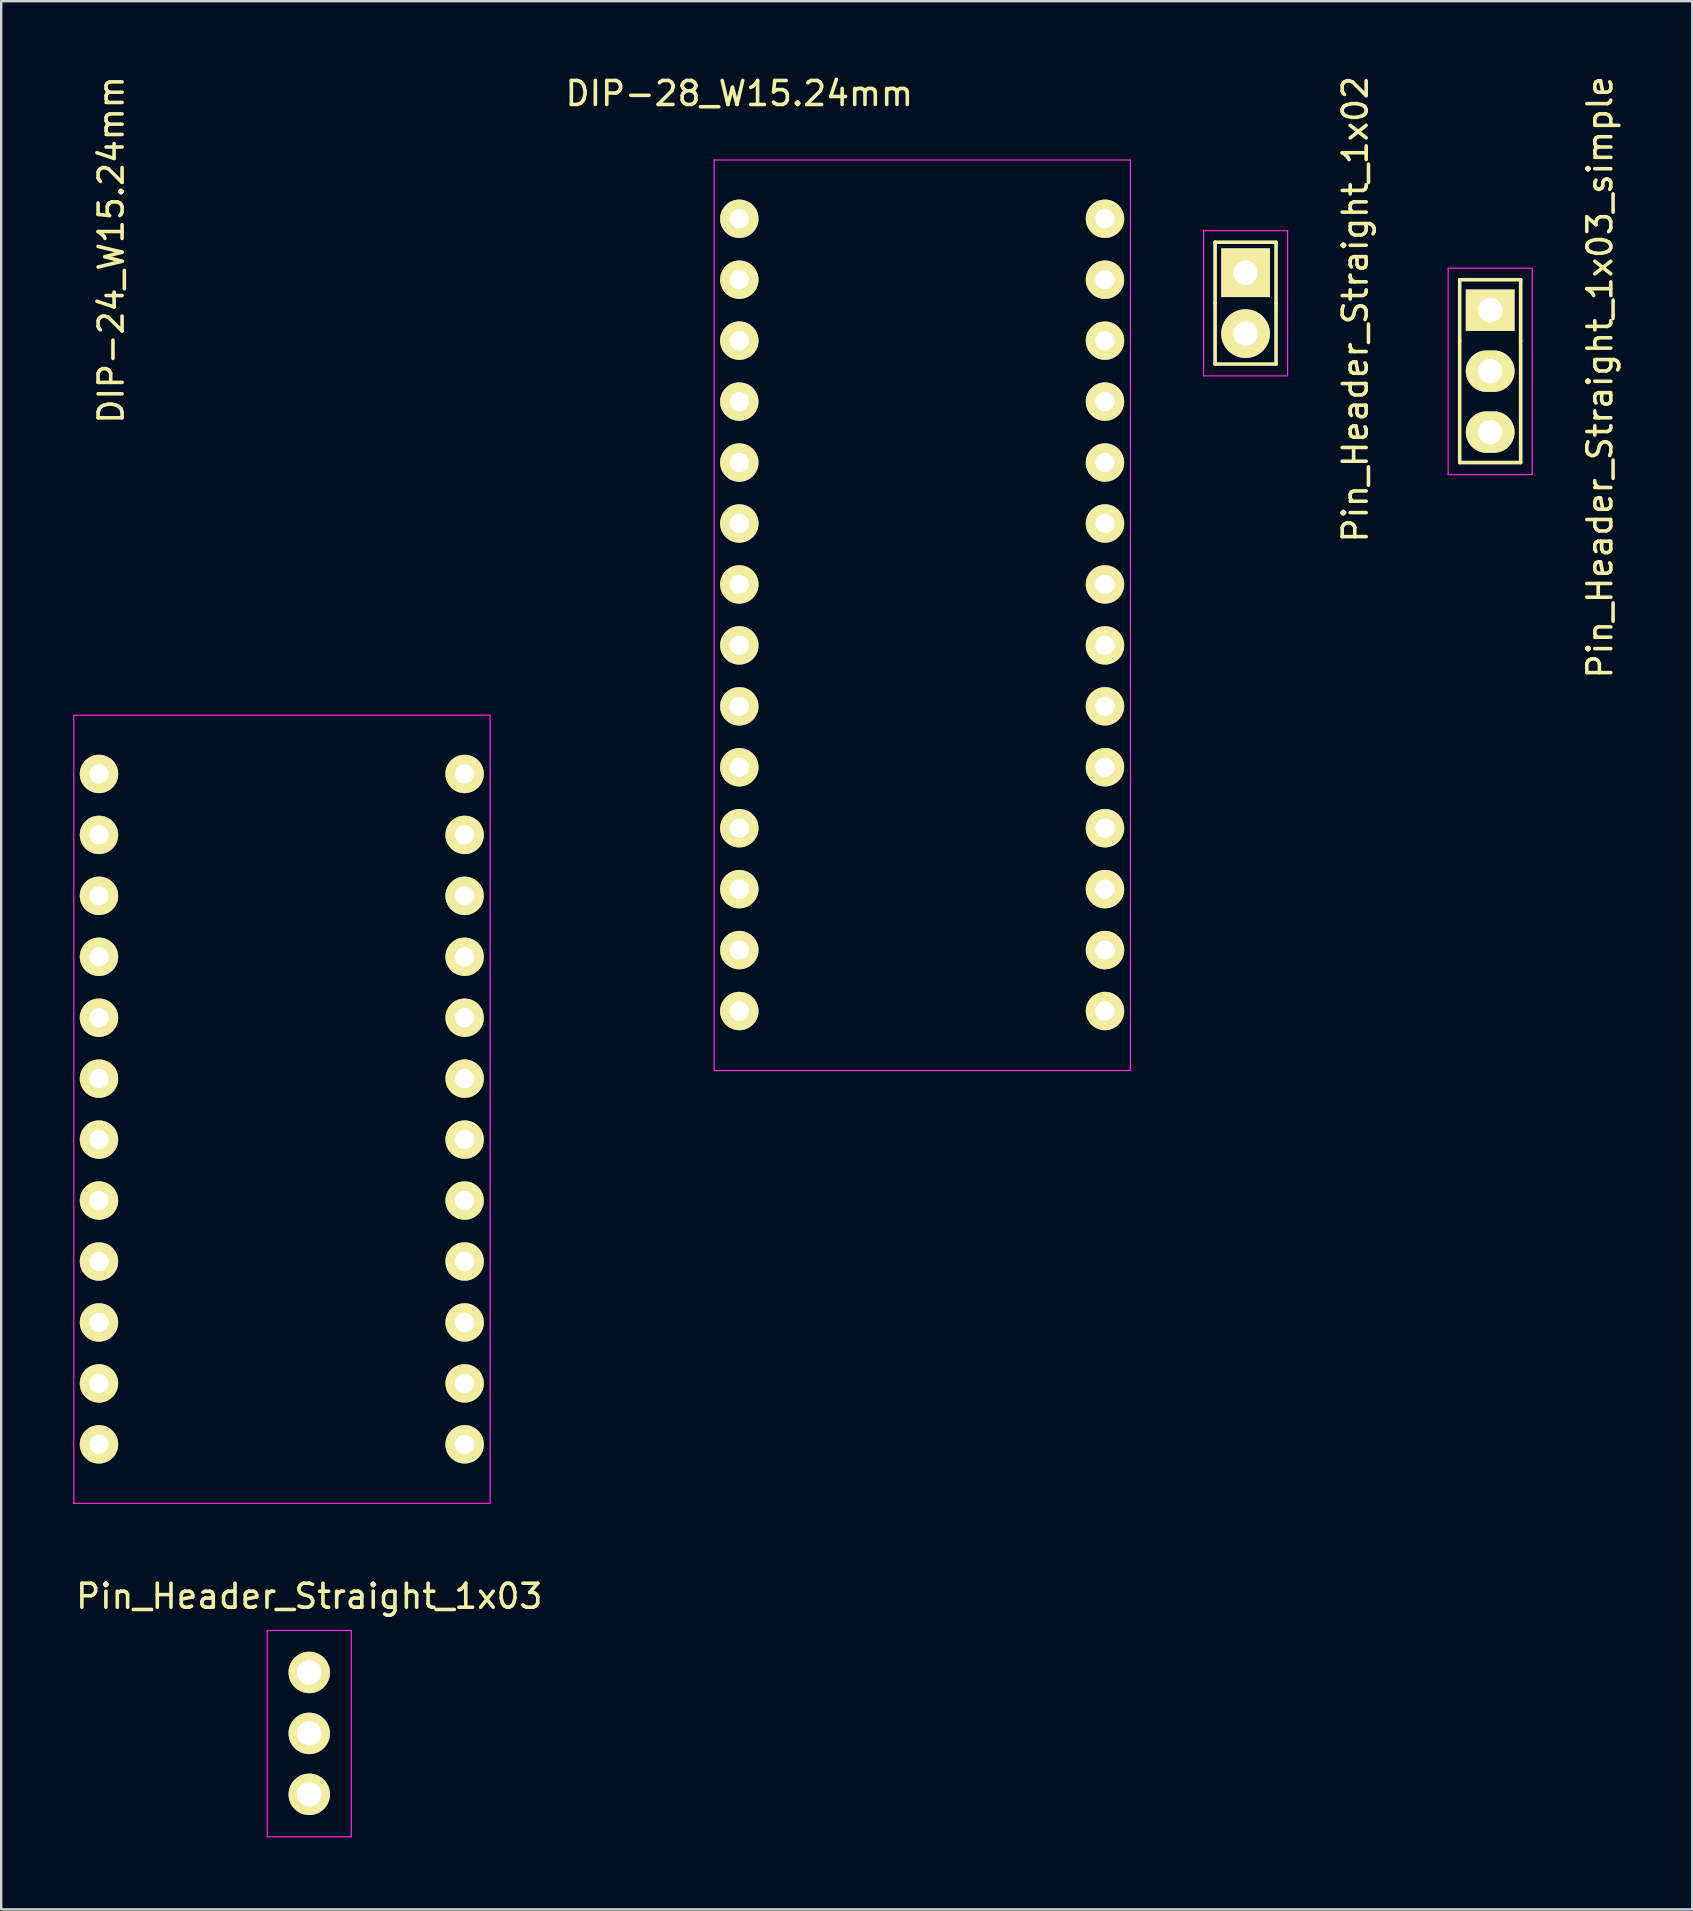
<source format=kicad_pcb>
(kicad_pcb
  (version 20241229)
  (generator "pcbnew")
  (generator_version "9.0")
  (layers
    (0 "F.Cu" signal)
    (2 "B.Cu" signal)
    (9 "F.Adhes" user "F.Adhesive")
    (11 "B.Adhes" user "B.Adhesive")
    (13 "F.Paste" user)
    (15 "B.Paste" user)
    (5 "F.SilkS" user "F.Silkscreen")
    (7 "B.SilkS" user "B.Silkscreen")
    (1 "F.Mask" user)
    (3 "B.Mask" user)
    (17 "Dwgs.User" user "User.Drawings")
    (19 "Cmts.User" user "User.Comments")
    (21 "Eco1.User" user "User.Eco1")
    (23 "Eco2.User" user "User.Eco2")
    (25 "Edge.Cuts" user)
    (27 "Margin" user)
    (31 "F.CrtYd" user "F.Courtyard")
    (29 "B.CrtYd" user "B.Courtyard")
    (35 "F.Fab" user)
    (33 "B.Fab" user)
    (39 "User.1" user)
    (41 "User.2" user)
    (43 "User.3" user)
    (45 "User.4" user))
  (footprint "Pin_Header_Straight_1x02"
    (layer "F.Cu")
    (at 48.863 8.315)
    (property "Reference" "Pin_Header_Straight_1x02" (at 4.572 1.524 90) (layer "F.SilkS") (effects (font (size 1 1) (thickness 0.15))))
    (attr through_hole)
    (fp_line (start -1.27 -1.27) (end 1.27 -1.27) (stroke (width 0.15) (type solid)) (layer "F.SilkS"))
    (fp_line (start -1.27 1.27) (end -1.27 -1.27) (stroke (width 0.15) (type solid)) (layer "F.SilkS"))
    (fp_line (start -1.27 1.27) (end -1.27 3.81) (stroke (width 0.15) (type solid)) (layer "F.SilkS"))
    (fp_line (start -1.27 3.81) (end 1.27 3.81) (stroke (width 0.15) (type solid)) (layer "F.SilkS"))
    (fp_line (start 1.27 -1.27) (end 1.27 1.27) (stroke (width 0.15) (type solid)) (layer "F.SilkS"))
    (fp_line (start 1.27 1.27) (end 1.27 3.81) (stroke (width 0.15) (type solid)) (layer "F.SilkS"))
    (fp_line (start -1.75 -1.75) (end -1.75 4.3) (stroke (width 0.05) (type solid)) (layer "F.CrtYd"))
    (fp_line (start -1.75 -1.75) (end 1.75 -1.75) (stroke (width 0.05) (type solid)) (layer "F.CrtYd"))
    (fp_line (start -1.75 4.3) (end 1.75 4.3) (stroke (width 0.05) (type solid)) (layer "F.CrtYd"))
    (fp_line (start 1.75 -1.75) (end 1.75 4.3) (stroke (width 0.05) (type solid)) (layer "F.CrtYd"))
    (pad "1" thru_hole rect (at 0 0) (size 2.032 2.032) (drill 1.016) (layers "*.Cu" "*.Mask" "F.SilkS"))
    (pad "2" thru_hole oval (at 0 2.54) (size 2.032 2.032) (drill 1.016) (layers "*.Cu" "*.Mask" "F.SilkS")))
  (footprint "DIP-24_W15.24mm"
    (layer "F.Cu")
    (at 1.075 29.207)
    (property "Reference" "DIP-24_W15.24mm" (at 0.508 -21.844 90) (layer "F.SilkS") (effects (font (size 1 1) (thickness 0.15))))
    (attr through_hole)
    (fp_line (start -1.05 -2.45) (end -1.05 30.4) (stroke (width 0.05) (type solid)) (layer "F.CrtYd"))
    (fp_line (start -1.05 -2.45) (end 16.3 -2.45) (stroke (width 0.05) (type solid)) (layer "F.CrtYd"))
    (fp_line (start -1.05 30.4) (end 16.3 30.4) (stroke (width 0.05) (type solid)) (layer "F.CrtYd"))
    (fp_line (start 16.3 -2.45) (end 16.3 30.4) (stroke (width 0.05) (type solid)) (layer "F.CrtYd"))
    (pad "1" thru_hole oval (at 0 0) (size 1.6 1.6) (drill 0.8) (layers "*.Cu" "*.Mask" "F.SilkS"))
    (pad "2" thru_hole oval (at 0 2.54) (size 1.6 1.6) (drill 0.8) (layers "*.Cu" "*.Mask" "F.SilkS"))
    (pad "3" thru_hole oval (at 0 5.08) (size 1.6 1.6) (drill 0.8) (layers "*.Cu" "*.Mask" "F.SilkS"))
    (pad "4" thru_hole oval (at 0 7.62) (size 1.6 1.6) (drill 0.8) (layers "*.Cu" "*.Mask" "F.SilkS"))
    (pad "5" thru_hole oval (at 0 10.16) (size 1.6 1.6) (drill 0.8) (layers "*.Cu" "*.Mask" "F.SilkS"))
    (pad "6" thru_hole oval (at 0 12.7) (size 1.6 1.6) (drill 0.8) (layers "*.Cu" "*.Mask" "F.SilkS"))
    (pad "7" thru_hole oval (at 0 15.24) (size 1.6 1.6) (drill 0.8) (layers "*.Cu" "*.Mask" "F.SilkS"))
    (pad "8" thru_hole oval (at 0 17.78) (size 1.6 1.6) (drill 0.8) (layers "*.Cu" "*.Mask" "F.SilkS"))
    (pad "9" thru_hole oval (at 0 20.32) (size 1.6 1.6) (drill 0.8) (layers "*.Cu" "*.Mask" "F.SilkS"))
    (pad "10" thru_hole oval (at 0 22.86) (size 1.6 1.6) (drill 0.8) (layers "*.Cu" "*.Mask" "F.SilkS"))
    (pad "11" thru_hole oval (at 0 25.4) (size 1.6 1.6) (drill 0.8) (layers "*.Cu" "*.Mask" "F.SilkS"))
    (pad "12" thru_hole oval (at 0 27.94) (size 1.6 1.6) (drill 0.8) (layers "*.Cu" "*.Mask" "F.SilkS"))
    (pad "13" thru_hole oval (at 15.24 27.94) (size 1.6 1.6) (drill 0.8) (layers "*.Cu" "*.Mask" "F.SilkS"))
    (pad "14" thru_hole oval (at 15.24 25.4) (size 1.6 1.6) (drill 0.8) (layers "*.Cu" "*.Mask" "F.SilkS"))
    (pad "15" thru_hole oval (at 15.24 22.86) (size 1.6 1.6) (drill 0.8) (layers "*.Cu" "*.Mask" "F.SilkS"))
    (pad "16" thru_hole oval (at 15.24 20.32) (size 1.6 1.6) (drill 0.8) (layers "*.Cu" "*.Mask" "F.SilkS"))
    (pad "17" thru_hole oval (at 15.24 17.78) (size 1.6 1.6) (drill 0.8) (layers "*.Cu" "*.Mask" "F.SilkS"))
    (pad "18" thru_hole oval (at 15.24 15.24) (size 1.6 1.6) (drill 0.8) (layers "*.Cu" "*.Mask" "F.SilkS"))
    (pad "19" thru_hole oval (at 15.24 12.7) (size 1.6 1.6) (drill 0.8) (layers "*.Cu" "*.Mask" "F.SilkS"))
    (pad "20" thru_hole oval (at 15.24 10.16) (size 1.6 1.6) (drill 0.8) (layers "*.Cu" "*.Mask" "F.SilkS"))
    (pad "21" thru_hole oval (at 15.24 7.62) (size 1.6 1.6) (drill 0.8) (layers "*.Cu" "*.Mask" "F.SilkS"))
    (pad "22" thru_hole oval (at 15.24 5.08) (size 1.6 1.6) (drill 0.8) (layers "*.Cu" "*.Mask" "F.SilkS"))
    (pad "23" thru_hole oval (at 15.24 2.54) (size 1.6 1.6) (drill 0.8) (layers "*.Cu" "*.Mask" "F.SilkS"))
    (pad "24" thru_hole oval (at 15.24 0) (size 1.6 1.6) (drill 0.8) (layers "*.Cu" "*.Mask" "F.SilkS")))
  (footprint "Pin_Header_Straight_1x03"
    (layer "F.Cu")
    (at 9.839 66.655)
    (property "Reference" "Pin_Header_Straight_1x03" (at 0 -3.175 0) (layer "F.SilkS") (effects (font (size 1 1) (thickness 0.15))))
    (attr through_hole)
    (fp_line (start -1.75 -1.75) (end -1.75 6.85) (stroke (width 0.05) (type solid)) (layer "F.CrtYd"))
    (fp_line (start -1.75 -1.75) (end 1.75 -1.75) (stroke (width 0.05) (type solid)) (layer "F.CrtYd"))
    (fp_line (start -1.75 6.85) (end 1.75 6.85) (stroke (width 0.05) (type solid)) (layer "F.CrtYd"))
    (fp_line (start 1.75 -1.75) (end 1.75 6.85) (stroke (width 0.05) (type solid)) (layer "F.CrtYd"))
    (pad "1" thru_hole circle (at 0 0) (size 1.727 1.727) (drill 1.016) (layers "*.Cu" "*.Mask" "F.SilkS"))
    (pad "2" thru_hole circle (at 0 2.54) (size 1.727 1.727) (drill 1.016) (layers "*.Cu" "*.Mask" "F.SilkS"))
    (pad "3" thru_hole circle (at 0 5.08) (size 1.727 1.727) (drill 1.016) (layers "*.Cu" "*.Mask" "F.SilkS")))
  (footprint "DIP-28_W15.24mm"
    (layer "F.Cu")
    (at 27.763 6.068)
    (property "Reference" "DIP-28_W15.24mm" (at 0 -5.22 0) (layer "F.SilkS") (effects (font (size 1 1) (thickness 0.15))))
    (attr through_hole)
    (fp_line (start -1.05 -2.45) (end -1.05 35.5) (stroke (width 0.05) (type solid)) (layer "F.CrtYd"))
    (fp_line (start -1.05 -2.45) (end 16.3 -2.45) (stroke (width 0.05) (type solid)) (layer "F.CrtYd"))
    (fp_line (start -1.05 35.5) (end 16.3 35.5) (stroke (width 0.05) (type solid)) (layer "F.CrtYd"))
    (fp_line (start 16.3 -2.45) (end 16.3 35.5) (stroke (width 0.05) (type solid)) (layer "F.CrtYd"))
    (pad "1" thru_hole oval (at 0 0) (size 1.6 1.6) (drill 0.8) (layers "*.Cu" "*.Mask" "F.SilkS"))
    (pad "2" thru_hole oval (at 0 2.54) (size 1.6 1.6) (drill 0.8) (layers "*.Cu" "*.Mask" "F.SilkS"))
    (pad "3" thru_hole oval (at 0 5.08) (size 1.6 1.6) (drill 0.8) (layers "*.Cu" "*.Mask" "F.SilkS"))
    (pad "4" thru_hole oval (at 0 7.62) (size 1.6 1.6) (drill 0.8) (layers "*.Cu" "*.Mask" "F.SilkS"))
    (pad "5" thru_hole oval (at 0 10.16) (size 1.6 1.6) (drill 0.8) (layers "*.Cu" "*.Mask" "F.SilkS"))
    (pad "6" thru_hole oval (at 0 12.7) (size 1.6 1.6) (drill 0.8) (layers "*.Cu" "*.Mask" "F.SilkS"))
    (pad "7" thru_hole oval (at 0 15.24) (size 1.6 1.6) (drill 0.8) (layers "*.Cu" "*.Mask" "F.SilkS"))
    (pad "8" thru_hole oval (at 0 17.78) (size 1.6 1.6) (drill 0.8) (layers "*.Cu" "*.Mask" "F.SilkS"))
    (pad "9" thru_hole oval (at 0 20.32) (size 1.6 1.6) (drill 0.8) (layers "*.Cu" "*.Mask" "F.SilkS"))
    (pad "10" thru_hole oval (at 0 22.86) (size 1.6 1.6) (drill 0.8) (layers "*.Cu" "*.Mask" "F.SilkS"))
    (pad "11" thru_hole oval (at 0 25.4) (size 1.6 1.6) (drill 0.8) (layers "*.Cu" "*.Mask" "F.SilkS"))
    (pad "12" thru_hole oval (at 0 27.94) (size 1.6 1.6) (drill 0.8) (layers "*.Cu" "*.Mask" "F.SilkS"))
    (pad "13" thru_hole oval (at 0 30.48) (size 1.6 1.6) (drill 0.8) (layers "*.Cu" "*.Mask" "F.SilkS"))
    (pad "14" thru_hole oval (at 0 33.02) (size 1.6 1.6) (drill 0.8) (layers "*.Cu" "*.Mask" "F.SilkS"))
    (pad "15" thru_hole oval (at 15.24 33.02) (size 1.6 1.6) (drill 0.8) (layers "*.Cu" "*.Mask" "F.SilkS"))
    (pad "16" thru_hole oval (at 15.24 30.48) (size 1.6 1.6) (drill 0.8) (layers "*.Cu" "*.Mask" "F.SilkS"))
    (pad "17" thru_hole oval (at 15.24 27.94) (size 1.6 1.6) (drill 0.8) (layers "*.Cu" "*.Mask" "F.SilkS"))
    (pad "18" thru_hole oval (at 15.24 25.4) (size 1.6 1.6) (drill 0.8) (layers "*.Cu" "*.Mask" "F.SilkS"))
    (pad "19" thru_hole oval (at 15.24 22.86) (size 1.6 1.6) (drill 0.8) (layers "*.Cu" "*.Mask" "F.SilkS"))
    (pad "20" thru_hole oval (at 15.24 20.32) (size 1.6 1.6) (drill 0.8) (layers "*.Cu" "*.Mask" "F.SilkS"))
    (pad "21" thru_hole oval (at 15.24 17.78) (size 1.6 1.6) (drill 0.8) (layers "*.Cu" "*.Mask" "F.SilkS"))
    (pad "22" thru_hole oval (at 15.24 15.24) (size 1.6 1.6) (drill 0.8) (layers "*.Cu" "*.Mask" "F.SilkS"))
    (pad "23" thru_hole oval (at 15.24 12.7) (size 1.6 1.6) (drill 0.8) (layers "*.Cu" "*.Mask" "F.SilkS"))
    (pad "24" thru_hole oval (at 15.24 10.16) (size 1.6 1.6) (drill 0.8) (layers "*.Cu" "*.Mask" "F.SilkS"))
    (pad "25" thru_hole oval (at 15.24 7.62) (size 1.6 1.6) (drill 0.8) (layers "*.Cu" "*.Mask" "F.SilkS"))
    (pad "26" thru_hole oval (at 15.24 5.08) (size 1.6 1.6) (drill 0.8) (layers "*.Cu" "*.Mask" "F.SilkS"))
    (pad "27" thru_hole oval (at 15.24 2.54) (size 1.6 1.6) (drill 0.8) (layers "*.Cu" "*.Mask" "F.SilkS"))
    (pad "28" thru_hole oval (at 15.24 0) (size 1.6 1.6) (drill 0.8) (layers "*.Cu" "*.Mask" "F.SilkS")))
  (footprint "Pin_Header_Straight_1x03_simple"
    (layer "F.Cu")
    (at 59.058 9.879)
    (property "Reference" "Pin_Header_Straight_1x03_simple" (at 4.572 2.794 90) (layer "F.SilkS") (effects (font (size 1 1) (thickness 0.15))))
    (attr through_hole)
    (fp_line (start -1.27 -1.27) (end 1.27 -1.27) (stroke (width 0.15) (type solid)) (layer "F.SilkS"))
    (fp_line (start -1.27 1.27) (end -1.27 -1.27) (stroke (width 0.15) (type solid)) (layer "F.SilkS"))
    (fp_line (start -1.27 1.27) (end -1.27 6.35) (stroke (width 0.15) (type solid)) (layer "F.SilkS"))
    (fp_line (start -1.27 6.35) (end 1.27 6.35) (stroke (width 0.15) (type solid)) (layer "F.SilkS"))
    (fp_line (start 1.27 -1.27) (end 1.27 1.27) (stroke (width 0.15) (type solid)) (layer "F.SilkS"))
    (fp_line (start 1.27 6.35) (end 1.27 1.27) (stroke (width 0.15) (type solid)) (layer "F.SilkS"))
    (fp_line (start -1.75 -1.75) (end -1.75 6.85) (stroke (width 0.05) (type solid)) (layer "F.CrtYd"))
    (fp_line (start -1.75 -1.75) (end 1.75 -1.75) (stroke (width 0.05) (type solid)) (layer "F.CrtYd"))
    (fp_line (start -1.75 6.85) (end 1.75 6.85) (stroke (width 0.05) (type solid)) (layer "F.CrtYd"))
    (fp_line (start 1.75 -1.75) (end 1.75 6.85) (stroke (width 0.05) (type solid)) (layer "F.CrtYd"))
    (pad "1" thru_hole rect (at 0 0) (size 2.032 1.727) (drill 1.016) (layers "*.Cu" "*.Mask" "F.SilkS"))
    (pad "2" thru_hole oval (at 0 2.54) (size 2.032 1.727) (drill 1.016) (layers "*.Cu" "*.Mask" "F.SilkS"))
    (pad "3" thru_hole oval (at 0 5.08) (size 2.032 1.727) (drill 1.016) (layers "*.Cu" "*.Mask" "F.SilkS")))
  (gr_rect
    (start -3 -3)
    (end 67.479 76.53)
    (stroke (width 0.1) (type default))
    (fill no)
    (layer "Edge.Cuts")))
</source>
